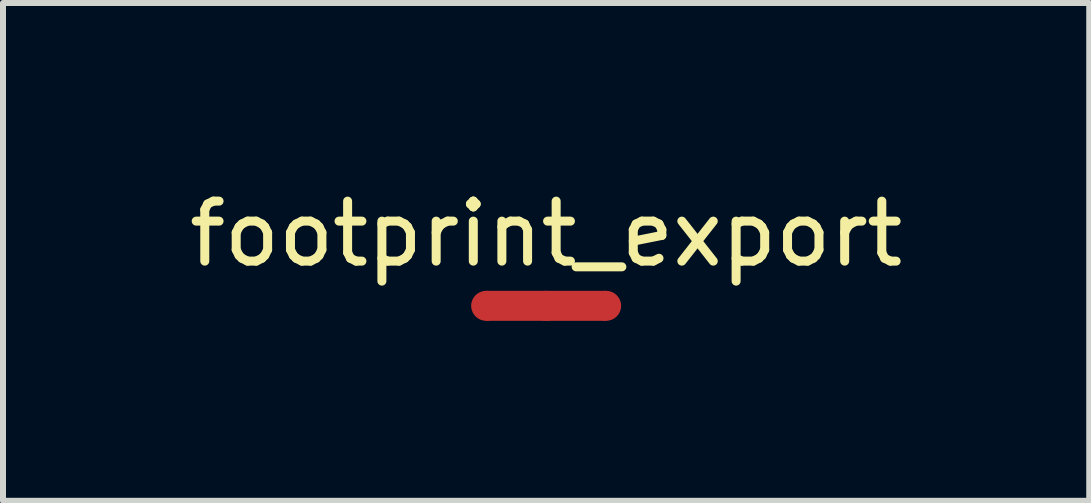
<source format=kicad_pcb>
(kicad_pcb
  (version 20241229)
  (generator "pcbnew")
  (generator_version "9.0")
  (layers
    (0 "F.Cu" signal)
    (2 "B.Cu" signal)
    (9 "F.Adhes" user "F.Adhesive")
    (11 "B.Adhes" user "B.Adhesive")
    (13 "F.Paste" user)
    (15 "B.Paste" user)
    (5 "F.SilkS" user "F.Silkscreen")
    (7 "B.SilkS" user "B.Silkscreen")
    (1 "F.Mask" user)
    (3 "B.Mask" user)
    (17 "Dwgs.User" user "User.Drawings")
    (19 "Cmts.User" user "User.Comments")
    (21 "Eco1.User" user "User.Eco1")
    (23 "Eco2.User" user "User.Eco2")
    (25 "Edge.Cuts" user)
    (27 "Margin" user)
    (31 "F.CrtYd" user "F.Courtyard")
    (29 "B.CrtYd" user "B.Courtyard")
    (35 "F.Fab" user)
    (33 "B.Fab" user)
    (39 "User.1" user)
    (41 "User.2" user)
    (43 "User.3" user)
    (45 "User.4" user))
  (footprint "footprint_export"
    (layer "F.Cu")
    (at 6.054 2.048)
    (property "Reference" "footprint_export" (at 0 -1.2 0) (layer "F.SilkS") (effects (font (size 1 1) (thickness 0.15))))
    (attr exclude_from_pos_files exclude_from_bom allow_missing_courtyard)
    (fp_poly (pts (xy -1 -0.25) (xy 1 -0.25) (xy 1 0.25) (xy -1 0.25)) (stroke (width 0) (type solid)) (fill yes) (layer "F.Cu"))
    (pad "1" smd circle (at -1 0) (size 0.5 0.5) (layers "F.Cu"))
    (pad "2" smd circle (at 0 0) (size 0.5 0.5) (layers "F.Cu"))
    (pad "3" smd circle (at 1 0) (size 0.5 0.5) (layers "F.Cu")))
  (gr_rect
    (start -3 -3)
    (end 15.107 5.298)
    (stroke (width 0.1) (type default))
    (fill no)
    (layer "Edge.Cuts")))
</source>
